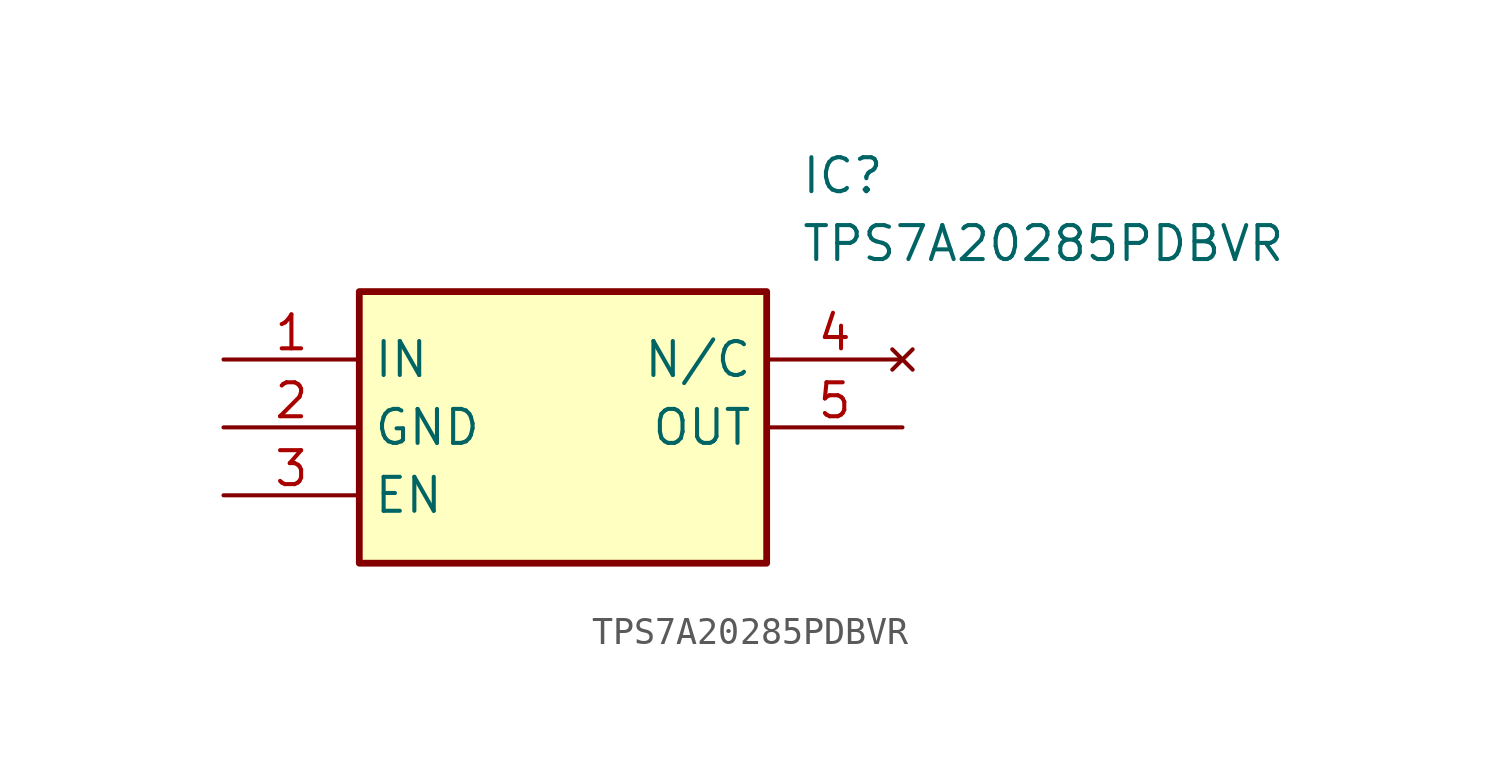
<source format=kicad_sym>
(kicad_symbol_lib
  (version 20211014)
  (generator SamacSys_ECAD_Model)
  (symbol "TPS7A20285PDBVR"
    (property "Reference" "IC"
      (at 21.59 7.62 0)
      (effects (font (size 1.27 1.27)) (justify left top)))
    (property "Value" "TPS7A20285PDBVR"
      (at 21.59 5.08 0)
      (effects (font (size 1.27 1.27)) (justify left top)))
    (rectangle
      (start 5.08 2.54)
      (end 20.32 -7.62)
      (stroke (width 0.254) (type default))
      (fill (type background)))
    (pin passive line
      (at 0 0 0)
      (length 5.08)
      (name "IN" (effects (font (size 1.27 1.27))))
      (number "1" (effects (font (size 1.27 1.27)))))
    (pin passive line
      (at 0 -2.54 0)
      (length 5.08)
      (name "GND" (effects (font (size 1.27 1.27))))
      (number "2" (effects (font (size 1.27 1.27)))))
    (pin passive line
      (at 0 -5.08 0)
      (length 5.08)
      (name "EN" (effects (font (size 1.27 1.27))))
      (number "3" (effects (font (size 1.27 1.27)))))
    (pin no_connect line
      (at 25.4 0 180)
      (length 5.08)
      (name "N/C" (effects (font (size 1.27 1.27))))
      (number "4" (effects (font (size 1.27 1.27)))))
    (pin passive line
      (at 25.4 -2.54 180)
      (length 5.08)
      (name "OUT" (effects (font (size 1.27 1.27))))
      (number "5" (effects (font (size 1.27 1.27)))))))
</source>
